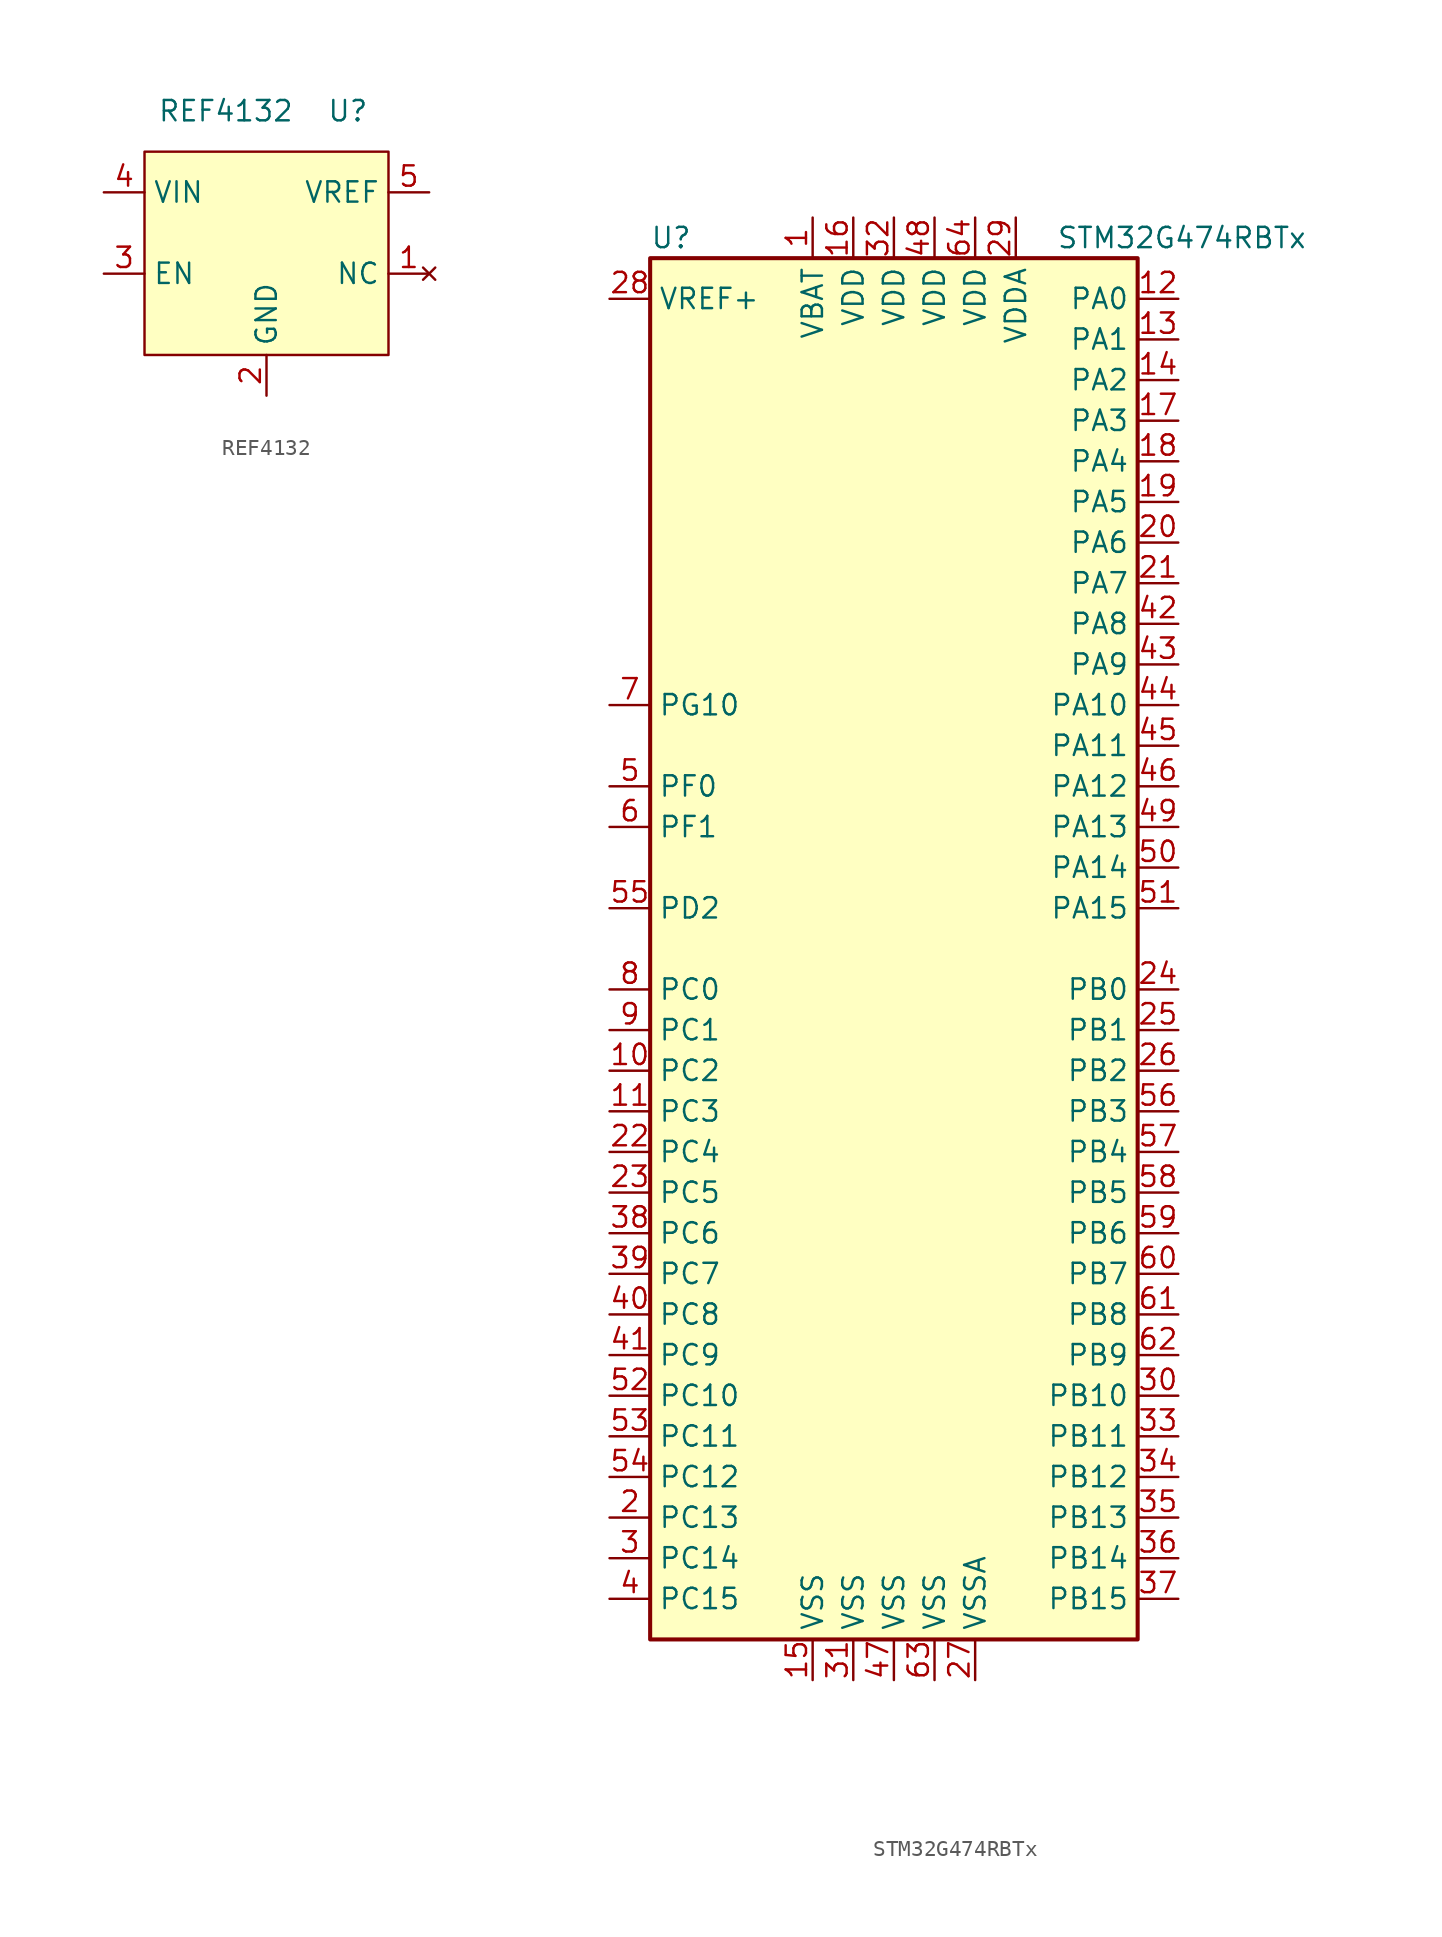
<source format=kicad_sym>
(kicad_symbol_lib
  (version 20220914)
  (generator kicad_symbol_editor)
  (symbol "REF4132"
    (property "Reference" "U"
      (at 10.16 2.54 0)
      (effects (font (size 1.27 1.27))))
    (property "Value" "REF4132"
      (at 2.54 2.54 0)
      (effects (font (size 1.27 1.27))))
    (symbol "REF4132_0_1"
      (rectangle (start -2.54 0) (end 12.7 -12.7) (stroke (width 0) (type default)) (fill (type background))))
    (symbol "REF4132_1_1"
      (pin no_connect line (at 15.24 -7.62 180) (length 2.54) (name "NC" (effects (font (size 1.27 1.27)))) (number "1" (effects (font (size 1.27 1.27)))))
      (pin power_in line (at 5.08 -15.24 90) (length 2.54) (name "GND" (effects (font (size 1.27 1.27)))) (number "2" (effects (font (size 1.27 1.27)))))
      (pin input line (at -5.08 -7.62 0) (length 2.54) (name "EN" (effects (font (size 1.27 1.27)))) (number "3" (effects (font (size 1.27 1.27)))))
      (pin power_in line (at -5.08 -2.54 0) (length 2.54) (name "VIN" (effects (font (size 1.27 1.27)))) (number "4" (effects (font (size 1.27 1.27)))))
      (pin power_out line (at 15.24 -2.54 180) (length 2.54) (name "VREF" (effects (font (size 1.27 1.27)))) (number "5" (effects (font (size 1.27 1.27)))))))
  (symbol "STM32G474RBTx"
    (property "Reference" "U"
      (at -15.24 44.45 0)
      (effects (font (size 1.27 1.27)) (justify left)))
    (property "Value" "STM32G474RBTx"
      (at 10.16 44.45 0)
      (effects (font (size 1.27 1.27)) (justify left)))
    (property "ki_locked" ""
      (at 0 0 0)
      (effects (font (size 1.27 1.27))))
    (symbol "STM32G474RBTx_0_1"
      (rectangle (start -15.24 -43.18) (end 15.24 43.18) (stroke (width 0.254) (type default)) (fill (type background))))
    (symbol "STM32G474RBTx_1_1"
      (pin power_in line (at -5.08 45.72 270) (length 2.54) (name "VBAT" (effects (font (size 1.27 1.27)))) (number "1" (effects (font (size 1.27 1.27)))))
      (pin bidirectional line (at -17.78 -7.62 0) (length 2.54) (name "PC2" (effects (font (size 1.27 1.27)))) (number "10" (effects (font (size 1.27 1.27)))))
      (pin bidirectional line (at -17.78 -10.16 0) (length 2.54) (name "PC3" (effects (font (size 1.27 1.27)))) (number "11" (effects (font (size 1.27 1.27)))))
      (pin bidirectional line (at 17.78 40.64 180) (length 2.54) (name "PA0" (effects (font (size 1.27 1.27)))) (number "12" (effects (font (size 1.27 1.27)))))
      (pin bidirectional line (at 17.78 38.1 180) (length 2.54) (name "PA1" (effects (font (size 1.27 1.27)))) (number "13" (effects (font (size 1.27 1.27)))))
      (pin bidirectional line (at 17.78 35.56 180) (length 2.54) (name "PA2" (effects (font (size 1.27 1.27)))) (number "14" (effects (font (size 1.27 1.27)))))
      (pin power_in line (at -5.08 -45.72 90) (length 2.54) (name "VSS" (effects (font (size 1.27 1.27)))) (number "15" (effects (font (size 1.27 1.27)))))
      (pin power_in line (at -2.54 45.72 270) (length 2.54) (name "VDD" (effects (font (size 1.27 1.27)))) (number "16" (effects (font (size 1.27 1.27)))))
      (pin bidirectional line (at 17.78 33.02 180) (length 2.54) (name "PA3" (effects (font (size 1.27 1.27)))) (number "17" (effects (font (size 1.27 1.27)))))
      (pin bidirectional line (at 17.78 30.48 180) (length 2.54) (name "PA4" (effects (font (size 1.27 1.27)))) (number "18" (effects (font (size 1.27 1.27)))))
      (pin bidirectional line (at 17.78 27.94 180) (length 2.54) (name "PA5" (effects (font (size 1.27 1.27)))) (number "19" (effects (font (size 1.27 1.27)))))
      (pin bidirectional line (at -17.78 -35.56 0) (length 2.54) (name "PC13" (effects (font (size 1.27 1.27)))) (number "2" (effects (font (size 1.27 1.27)))))
      (pin bidirectional line (at 17.78 25.4 180) (length 2.54) (name "PA6" (effects (font (size 1.27 1.27)))) (number "20" (effects (font (size 1.27 1.27)))))
      (pin bidirectional line (at 17.78 22.86 180) (length 2.54) (name "PA7" (effects (font (size 1.27 1.27)))) (number "21" (effects (font (size 1.27 1.27)))))
      (pin bidirectional line (at -17.78 -12.7 0) (length 2.54) (name "PC4" (effects (font (size 1.27 1.27)))) (number "22" (effects (font (size 1.27 1.27)))))
      (pin bidirectional line (at -17.78 -15.24 0) (length 2.54) (name "PC5" (effects (font (size 1.27 1.27)))) (number "23" (effects (font (size 1.27 1.27)))))
      (pin bidirectional line (at 17.78 -2.54 180) (length 2.54) (name "PB0" (effects (font (size 1.27 1.27)))) (number "24" (effects (font (size 1.27 1.27)))))
      (pin bidirectional line (at 17.78 -5.08 180) (length 2.54) (name "PB1" (effects (font (size 1.27 1.27)))) (number "25" (effects (font (size 1.27 1.27)))))
      (pin bidirectional line (at 17.78 -7.62 180) (length 2.54) (name "PB2" (effects (font (size 1.27 1.27)))) (number "26" (effects (font (size 1.27 1.27)))))
      (pin power_in line (at 5.08 -45.72 90) (length 2.54) (name "VSSA" (effects (font (size 1.27 1.27)))) (number "27" (effects (font (size 1.27 1.27)))))
      (pin bidirectional line (at -17.78 40.64 0) (length 2.54) (name "VREF+" (effects (font (size 1.27 1.27)))) (number "28" (effects (font (size 1.27 1.27)))))
      (pin power_in line (at 7.62 45.72 270) (length 2.54) (name "VDDA" (effects (font (size 1.27 1.27)))) (number "29" (effects (font (size 1.27 1.27)))))
      (pin bidirectional line (at -17.78 -38.1 0) (length 2.54) (name "PC14" (effects (font (size 1.27 1.27)))) (number "3" (effects (font (size 1.27 1.27)))))
      (pin bidirectional line (at 17.78 -27.94 180) (length 2.54) (name "PB10" (effects (font (size 1.27 1.27)))) (number "30" (effects (font (size 1.27 1.27)))))
      (pin power_in line (at -2.54 -45.72 90) (length 2.54) (name "VSS" (effects (font (size 1.27 1.27)))) (number "31" (effects (font (size 1.27 1.27)))))
      (pin power_in line (at 0 45.72 270) (length 2.54) (name "VDD" (effects (font (size 1.27 1.27)))) (number "32" (effects (font (size 1.27 1.27)))))
      (pin bidirectional line (at 17.78 -30.48 180) (length 2.54) (name "PB11" (effects (font (size 1.27 1.27)))) (number "33" (effects (font (size 1.27 1.27)))))
      (pin bidirectional line (at 17.78 -33.02 180) (length 2.54) (name "PB12" (effects (font (size 1.27 1.27)))) (number "34" (effects (font (size 1.27 1.27)))))
      (pin bidirectional line (at 17.78 -35.56 180) (length 2.54) (name "PB13" (effects (font (size 1.27 1.27)))) (number "35" (effects (font (size 1.27 1.27)))))
      (pin bidirectional line (at 17.78 -38.1 180) (length 2.54) (name "PB14" (effects (font (size 1.27 1.27)))) (number "36" (effects (font (size 1.27 1.27)))))
      (pin bidirectional line (at 17.78 -40.64 180) (length 2.54) (name "PB15" (effects (font (size 1.27 1.27)))) (number "37" (effects (font (size 1.27 1.27)))))
      (pin bidirectional line (at -17.78 -17.78 0) (length 2.54) (name "PC6" (effects (font (size 1.27 1.27)))) (number "38" (effects (font (size 1.27 1.27)))))
      (pin bidirectional line (at -17.78 -20.32 0) (length 2.54) (name "PC7" (effects (font (size 1.27 1.27)))) (number "39" (effects (font (size 1.27 1.27)))))
      (pin bidirectional line (at -17.78 -40.64 0) (length 2.54) (name "PC15" (effects (font (size 1.27 1.27)))) (number "4" (effects (font (size 1.27 1.27)))))
      (pin bidirectional line (at -17.78 -22.86 0) (length 2.54) (name "PC8" (effects (font (size 1.27 1.27)))) (number "40" (effects (font (size 1.27 1.27)))))
      (pin bidirectional line (at -17.78 -25.4 0) (length 2.54) (name "PC9" (effects (font (size 1.27 1.27)))) (number "41" (effects (font (size 1.27 1.27)))))
      (pin bidirectional line (at 17.78 20.32 180) (length 2.54) (name "PA8" (effects (font (size 1.27 1.27)))) (number "42" (effects (font (size 1.27 1.27)))))
      (pin bidirectional line (at 17.78 17.78 180) (length 2.54) (name "PA9" (effects (font (size 1.27 1.27)))) (number "43" (effects (font (size 1.27 1.27)))))
      (pin bidirectional line (at 17.78 15.24 180) (length 2.54) (name "PA10" (effects (font (size 1.27 1.27)))) (number "44" (effects (font (size 1.27 1.27)))))
      (pin bidirectional line (at 17.78 12.7 180) (length 2.54) (name "PA11" (effects (font (size 1.27 1.27)))) (number "45" (effects (font (size 1.27 1.27)))))
      (pin bidirectional line (at 17.78 10.16 180) (length 2.54) (name "PA12" (effects (font (size 1.27 1.27)))) (number "46" (effects (font (size 1.27 1.27)))))
      (pin power_in line (at 0 -45.72 90) (length 2.54) (name "VSS" (effects (font (size 1.27 1.27)))) (number "47" (effects (font (size 1.27 1.27)))))
      (pin power_in line (at 2.54 45.72 270) (length 2.54) (name "VDD" (effects (font (size 1.27 1.27)))) (number "48" (effects (font (size 1.27 1.27)))))
      (pin bidirectional line (at 17.78 7.62 180) (length 2.54) (name "PA13" (effects (font (size 1.27 1.27)))) (number "49" (effects (font (size 1.27 1.27)))))
      (pin input line (at -17.78 10.16 0) (length 2.54) (name "PF0" (effects (font (size 1.27 1.27)))) (number "5" (effects (font (size 1.27 1.27)))))
      (pin bidirectional line (at 17.78 5.08 180) (length 2.54) (name "PA14" (effects (font (size 1.27 1.27)))) (number "50" (effects (font (size 1.27 1.27)))))
      (pin bidirectional line (at 17.78 2.54 180) (length 2.54) (name "PA15" (effects (font (size 1.27 1.27)))) (number "51" (effects (font (size 1.27 1.27)))))
      (pin bidirectional line (at -17.78 -27.94 0) (length 2.54) (name "PC10" (effects (font (size 1.27 1.27)))) (number "52" (effects (font (size 1.27 1.27)))))
      (pin bidirectional line (at -17.78 -30.48 0) (length 2.54) (name "PC11" (effects (font (size 1.27 1.27)))) (number "53" (effects (font (size 1.27 1.27)))))
      (pin bidirectional line (at -17.78 -33.02 0) (length 2.54) (name "PC12" (effects (font (size 1.27 1.27)))) (number "54" (effects (font (size 1.27 1.27)))))
      (pin bidirectional line (at -17.78 2.54 0) (length 2.54) (name "PD2" (effects (font (size 1.27 1.27)))) (number "55" (effects (font (size 1.27 1.27)))))
      (pin bidirectional line (at 17.78 -10.16 180) (length 2.54) (name "PB3" (effects (font (size 1.27 1.27)))) (number "56" (effects (font (size 1.27 1.27)))))
      (pin bidirectional line (at 17.78 -12.7 180) (length 2.54) (name "PB4" (effects (font (size 1.27 1.27)))) (number "57" (effects (font (size 1.27 1.27)))))
      (pin bidirectional line (at 17.78 -15.24 180) (length 2.54) (name "PB5" (effects (font (size 1.27 1.27)))) (number "58" (effects (font (size 1.27 1.27)))))
      (pin bidirectional line (at 17.78 -17.78 180) (length 2.54) (name "PB6" (effects (font (size 1.27 1.27)))) (number "59" (effects (font (size 1.27 1.27)))))
      (pin input line (at -17.78 7.62 0) (length 2.54) (name "PF1" (effects (font (size 1.27 1.27)))) (number "6" (effects (font (size 1.27 1.27)))))
      (pin bidirectional line (at 17.78 -20.32 180) (length 2.54) (name "PB7" (effects (font (size 1.27 1.27)))) (number "60" (effects (font (size 1.27 1.27)))))
      (pin bidirectional line (at 17.78 -22.86 180) (length 2.54) (name "PB8" (effects (font (size 1.27 1.27)))) (number "61" (effects (font (size 1.27 1.27)))))
      (pin bidirectional line (at 17.78 -25.4 180) (length 2.54) (name "PB9" (effects (font (size 1.27 1.27)))) (number "62" (effects (font (size 1.27 1.27)))))
      (pin power_in line (at 2.54 -45.72 90) (length 2.54) (name "VSS" (effects (font (size 1.27 1.27)))) (number "63" (effects (font (size 1.27 1.27)))))
      (pin power_in line (at 5.08 45.72 270) (length 2.54) (name "VDD" (effects (font (size 1.27 1.27)))) (number "64" (effects (font (size 1.27 1.27)))))
      (pin bidirectional line (at -17.78 15.24 0) (length 2.54) (name "PG10" (effects (font (size 1.27 1.27)))) (number "7" (effects (font (size 1.27 1.27)))))
      (pin bidirectional line (at -17.78 -2.54 0) (length 2.54) (name "PC0" (effects (font (size 1.27 1.27)))) (number "8" (effects (font (size 1.27 1.27)))))
      (pin bidirectional line (at -17.78 -5.08 0) (length 2.54) (name "PC1" (effects (font (size 1.27 1.27)))) (number "9" (effects (font (size 1.27 1.27))))))))
</source>
